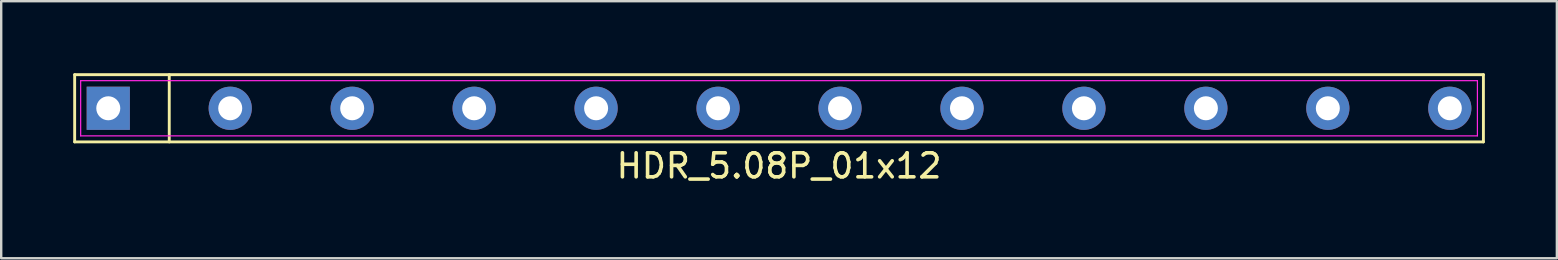
<source format=kicad_pcb>
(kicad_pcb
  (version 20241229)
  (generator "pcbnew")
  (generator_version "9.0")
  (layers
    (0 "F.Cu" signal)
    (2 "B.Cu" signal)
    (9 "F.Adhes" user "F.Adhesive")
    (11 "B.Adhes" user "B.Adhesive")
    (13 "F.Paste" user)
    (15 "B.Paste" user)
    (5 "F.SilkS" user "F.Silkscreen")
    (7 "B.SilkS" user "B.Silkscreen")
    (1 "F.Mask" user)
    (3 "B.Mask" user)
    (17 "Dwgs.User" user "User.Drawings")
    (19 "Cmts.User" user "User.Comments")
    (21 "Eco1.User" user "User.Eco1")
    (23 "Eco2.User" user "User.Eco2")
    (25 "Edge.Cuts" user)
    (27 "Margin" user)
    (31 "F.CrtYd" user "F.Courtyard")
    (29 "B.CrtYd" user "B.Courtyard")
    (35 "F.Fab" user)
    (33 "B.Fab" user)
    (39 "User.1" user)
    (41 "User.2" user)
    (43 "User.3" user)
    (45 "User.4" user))
  (footprint "HDR_5.08P_01x12"
    (layer "F.Cu")
    (at 29.4 1.46)
    (property "Reference" "HDR_5.08P_01x12" (at 0 2.4 0) (layer "F.SilkS") (effects (font (size 1 1) (thickness 0.15))))
    (attr through_hole)
    (fp_line (start -29.34 -1.4) (end 29.34 -1.4) (stroke (width 0.12) (type solid)) (layer "F.SilkS"))
    (fp_line (start -29.34 1.4) (end -29.34 -1.4) (stroke (width 0.12) (type solid)) (layer "F.SilkS"))
    (fp_line (start -25.4 -1.4) (end -25.4 1.4) (stroke (width 0.12) (type solid)) (layer "F.SilkS"))
    (fp_line (start 29.34 -1.4) (end 29.34 1.4) (stroke (width 0.12) (type solid)) (layer "F.SilkS"))
    (fp_line (start 29.34 1.4) (end -29.34 1.4) (stroke (width 0.12) (type solid)) (layer "F.SilkS"))
    (fp_line (start -29.09 -1.15) (end 29.09 -1.15) (stroke (width 0.05) (type solid)) (layer "F.CrtYd"))
    (fp_line (start -29.09 1.15) (end -29.09 -1.15) (stroke (width 0.05) (type solid)) (layer "F.CrtYd"))
    (fp_line (start 29.09 -1.15) (end 29.09 1.15) (stroke (width 0.05) (type solid)) (layer "F.CrtYd"))
    (fp_line (start 29.09 1.15) (end -29.09 1.15) (stroke (width 0.05) (type solid)) (layer "F.CrtYd"))
    (pad "1" thru_hole rect (at -27.94 0) (size 1.8 1.8) (drill 1) (layers "*.Cu" "*.Mask"))
    (pad "2" thru_hole circle (at -22.86 0) (size 1.8 1.8) (drill 1) (layers "*.Cu" "*.Mask"))
    (pad "3" thru_hole circle (at -17.78 0) (size 1.8 1.8) (drill 1) (layers "*.Cu" "*.Mask"))
    (pad "4" thru_hole circle (at -12.7 0) (size 1.8 1.8) (drill 1) (layers "*.Cu" "*.Mask"))
    (pad "5" thru_hole circle (at -7.62 0) (size 1.8 1.8) (drill 1) (layers "*.Cu" "*.Mask"))
    (pad "6" thru_hole circle (at -2.54 0) (size 1.8 1.8) (drill 1) (layers "*.Cu" "*.Mask"))
    (pad "7" thru_hole circle (at 2.54 0) (size 1.8 1.8) (drill 1) (layers "*.Cu" "*.Mask"))
    (pad "8" thru_hole circle (at 7.62 0) (size 1.8 1.8) (drill 1) (layers "*.Cu" "*.Mask"))
    (pad "9" thru_hole circle (at 12.7 0) (size 1.8 1.8) (drill 1) (layers "*.Cu" "*.Mask"))
    (pad "10" thru_hole circle (at 17.78 0) (size 1.8 1.8) (drill 1) (layers "*.Cu" "*.Mask"))
    (pad "11" thru_hole circle (at 22.86 0) (size 1.8 1.8) (drill 1) (layers "*.Cu" "*.Mask"))
    (pad "12" thru_hole circle (at 27.94 0) (size 1.8 1.8) (drill 1) (layers "*.Cu" "*.Mask")))
  (gr_rect
    (start -3 -3)
    (end 61.8 7.708)
    (stroke (width 0.1) (type default))
    (fill no)
    (layer "Edge.Cuts")))
</source>
